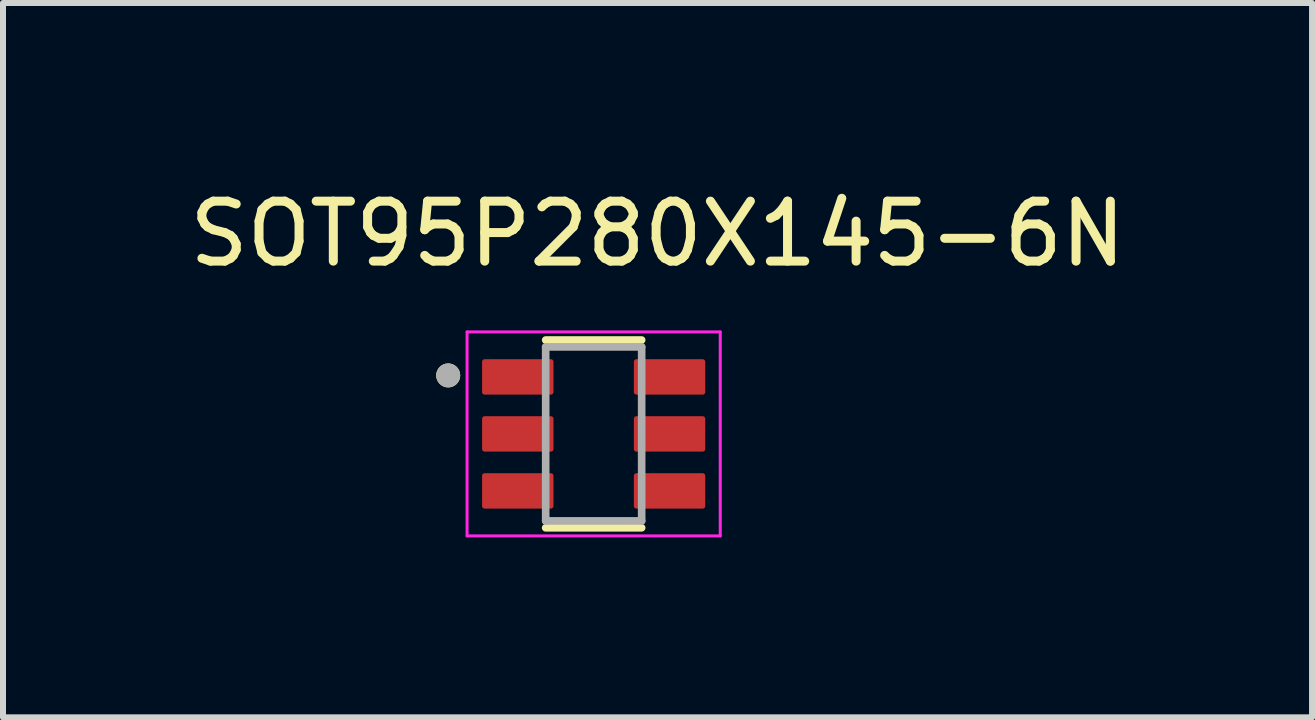
<source format=kicad_pcb>
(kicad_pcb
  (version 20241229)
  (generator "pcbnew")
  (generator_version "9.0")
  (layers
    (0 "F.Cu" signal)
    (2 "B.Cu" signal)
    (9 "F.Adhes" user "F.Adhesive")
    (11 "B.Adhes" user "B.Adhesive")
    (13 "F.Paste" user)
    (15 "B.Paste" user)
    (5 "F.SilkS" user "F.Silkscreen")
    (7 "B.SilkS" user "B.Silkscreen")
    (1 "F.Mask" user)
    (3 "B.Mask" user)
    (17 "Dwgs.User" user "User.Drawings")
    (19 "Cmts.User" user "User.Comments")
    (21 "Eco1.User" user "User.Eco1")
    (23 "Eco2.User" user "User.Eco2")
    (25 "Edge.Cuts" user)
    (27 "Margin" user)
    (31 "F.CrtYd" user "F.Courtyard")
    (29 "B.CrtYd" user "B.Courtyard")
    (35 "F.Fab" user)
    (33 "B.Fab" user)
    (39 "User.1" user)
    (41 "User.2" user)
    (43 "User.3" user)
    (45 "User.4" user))
  (footprint "SOT95P280X145-6N"
    (layer "F.Cu")
    (at 6.846 4.183)
    (property "Reference" "SOT95P280X145-6N" (at 1.065 -3.335 0) (layer "F.SilkS") (effects (font (size 1 1) (thickness 0.15))))
    (attr smd)
    (fp_line (start -0.8 -1.565) (end 0.8 -1.565) (stroke (width 0.127) (type solid)) (layer "F.SilkS"))
    (fp_line (start 0.8 1.565) (end -0.8 1.565) (stroke (width 0.127) (type solid)) (layer "F.SilkS"))
    (fp_circle (center -2.425 -0.975) (end -2.325 -0.975) (stroke (width 0.2) (type solid)) (fill no) (layer "F.SilkS"))
    (fp_line (start -2.11 -1.7) (end -2.11 1.7) (stroke (width 0.05) (type solid)) (layer "F.CrtYd"))
    (fp_line (start -2.11 1.7) (end 2.11 1.7) (stroke (width 0.05) (type solid)) (layer "F.CrtYd"))
    (fp_line (start 2.11 -1.7) (end -2.11 -1.7) (stroke (width 0.05) (type solid)) (layer "F.CrtYd"))
    (fp_line (start 2.11 1.7) (end 2.11 -1.7) (stroke (width 0.05) (type solid)) (layer "F.CrtYd"))
    (fp_line (start -0.8 -1.45) (end 0.8 -1.45) (stroke (width 0.127) (type solid)) (layer "F.Fab"))
    (fp_line (start -0.8 1.45) (end -0.8 -1.45) (stroke (width 0.127) (type solid)) (layer "F.Fab"))
    (fp_line (start 0.8 -1.45) (end 0.8 1.45) (stroke (width 0.127) (type solid)) (layer "F.Fab"))
    (fp_line (start 0.8 1.45) (end -0.8 1.45) (stroke (width 0.127) (type solid)) (layer "F.Fab"))
    (fp_circle (center -2.425 -0.975) (end -2.325 -0.975) (stroke (width 0.2) (type solid)) (fill no) (layer "F.Fab"))
    (pad "1" smd roundrect (at -1.265 -0.95) (size 1.19 0.59) (layers "F.Cu" "F.Mask" "F.Paste") (roundrect_rratio 0.07))
    (pad "2" smd roundrect (at -1.265 0) (size 1.19 0.59) (layers "F.Cu" "F.Mask" "F.Paste") (roundrect_rratio 0.07))
    (pad "3" smd roundrect (at -1.265 0.95) (size 1.19 0.59) (layers "F.Cu" "F.Mask" "F.Paste") (roundrect_rratio 0.07))
    (pad "4" smd roundrect (at 1.265 0.95) (size 1.19 0.59) (layers "F.Cu" "F.Mask" "F.Paste") (roundrect_rratio 0.07))
    (pad "5" smd roundrect (at 1.265 0) (size 1.19 0.59) (layers "F.Cu" "F.Mask" "F.Paste") (roundrect_rratio 0.07))
    (pad "6" smd roundrect (at 1.265 -0.95) (size 1.19 0.59) (layers "F.Cu" "F.Mask" "F.Paste") (roundrect_rratio 0.07)))
  (gr_rect
    (start -3 -3)
    (end 18.821 8.908)
    (stroke (width 0.1) (type default))
    (fill no)
    (layer "Edge.Cuts")))
</source>
